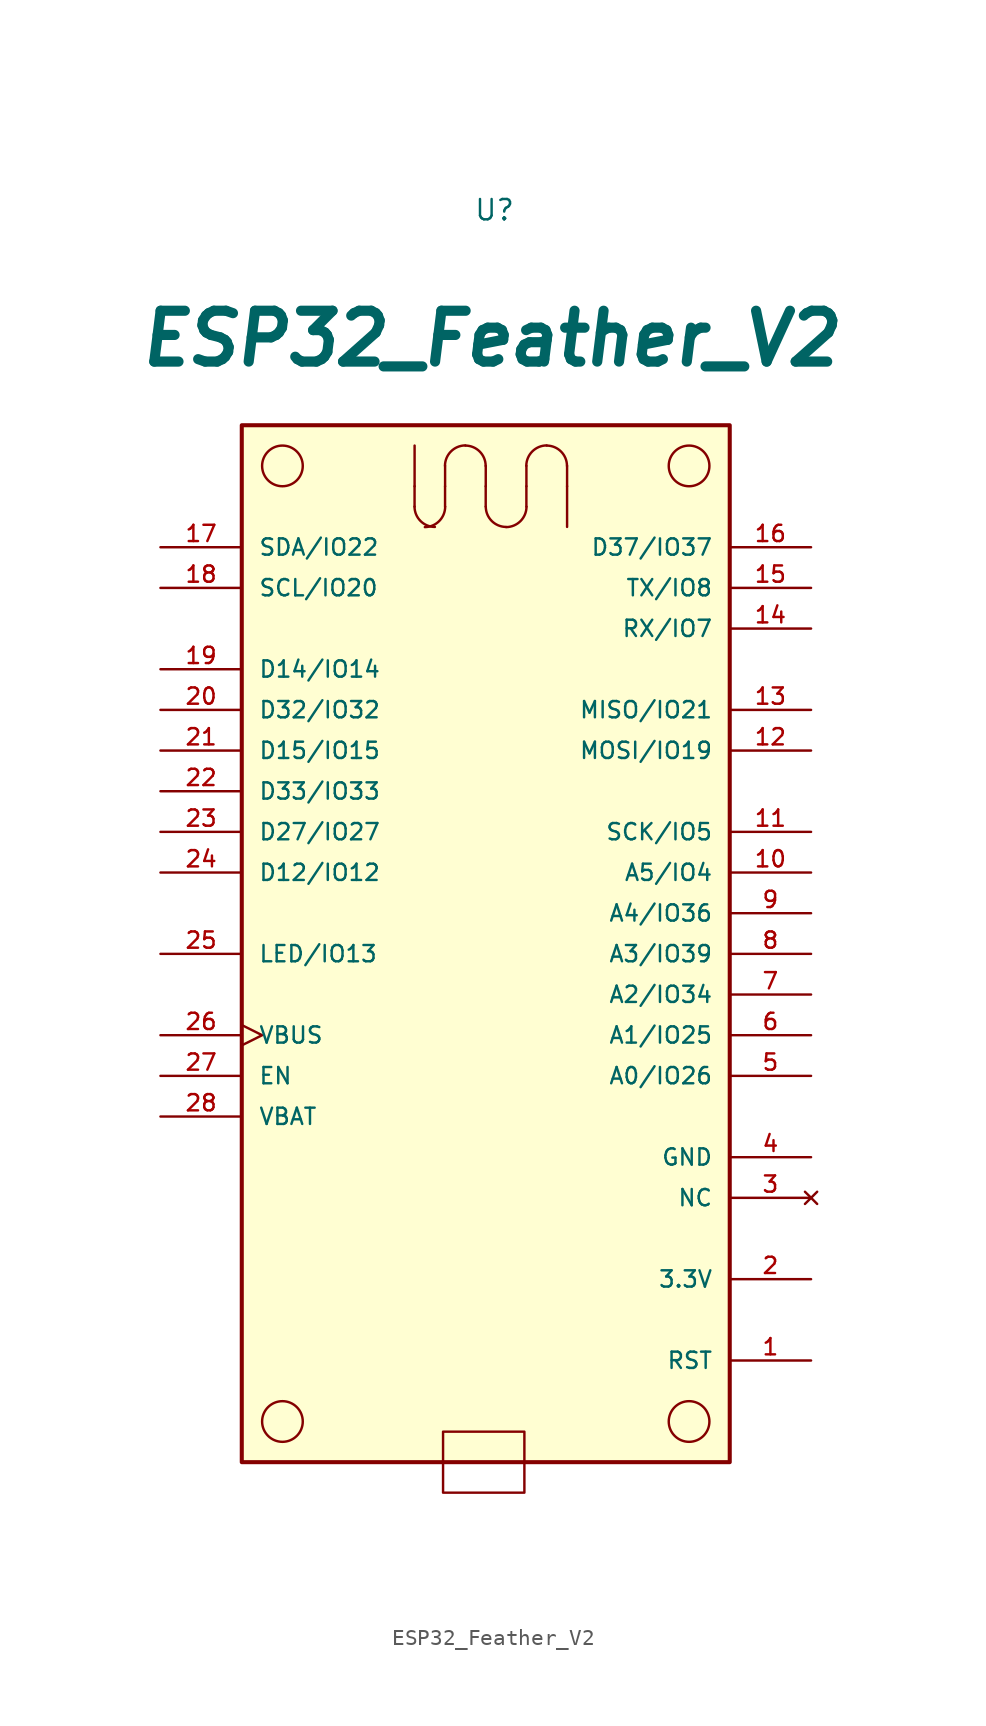
<source format=kicad_sym>
(kicad_symbol_lib
  (version 20241209)
  (generator "kicad_symbol_editor")
  (generator_version "9.0")
  (symbol "ESP32_Feather_V2"
    (pin_names
      (offset 1.016))
    (property "Reference" "U"
      (at -0.762 41.91 0)
      (effects (font (size 1.27 1.27)) (justify left bottom)))
    (property "Value" "ESP32_Feather_V2"
      (at 0.254 32.766 0)
      (effects (font (size 3.175 3.175) (thickness 0.635) (bold yes) (italic yes)) (justify bottom)))
    (symbol "ESP32_Feather_V2_0_1"
      (circle (center -12.7 26.67) (radius 1.27) (stroke (width 0) (type default)) (fill (type none)))
      (circle (center -12.7 -33.02) (radius 1.27) (stroke (width 0) (type default)) (fill (type none)))
      (polyline (pts (xy -4.447 24.128) (xy -4.447 25.398)) (stroke (width 0) (type default)) (fill (type none)))
      (polyline (pts (xy -4.445 25.4) (xy -4.445 27.94)) (stroke (width 0) (type default)) (fill (type none)))
      (arc (start -2.535 24.12) (mid -2.9092 23.2242) (end -3.805 22.85) (stroke (width 0) (type default)) (fill (type none)))
      (arc (start -3.1775 22.8575) (mid -4.0748 23.2302) (end -4.4475 24.1275) (stroke (width 0) (type default)) (fill (type none)))
      (rectangle (start -2.667 -33.655) (end 2.413 -37.465) (stroke (width 0) (type default)) (fill (type none)))
      (polyline (pts (xy -2.542 24.128) (xy -2.542 25.398)) (stroke (width 0) (type default)) (fill (type none)))
      (polyline (pts (xy -2.54 26.67) (xy -2.54 25.4)) (stroke (width 0) (type default)) (fill (type none)))
      (arc (start -1.27 27.94) (mid -0.3727 27.5673) (end 0 26.67) (stroke (width 0) (type default)) (fill (type none)))
      (arc (start -2.5475 26.6775) (mid -2.1733 27.5733) (end -1.2775 27.9475) (stroke (width 0) (type default)) (fill (type none)))
      (polyline (pts (xy -0.003 24.128) (xy -0.003 25.398)) (stroke (width 0) (type default)) (fill (type none)))
      (polyline (pts (xy 0 26.67) (xy 0 25.4)) (stroke (width 0) (type default)) (fill (type none)))
      (arc (start 2.545 24.12) (mid 2.1708 23.2242) (end 1.275 22.85) (stroke (width 0) (type default)) (fill (type none)))
      (arc (start 1.2675 22.8575) (mid 0.3702 23.2302) (end -0.0025 24.1275) (stroke (width 0) (type default)) (fill (type none)))
      (polyline (pts (xy 2.538 24.128) (xy 2.538 25.398)) (stroke (width 0) (type default)) (fill (type none)))
      (polyline (pts (xy 2.54 26.67) (xy 2.54 25.4)) (stroke (width 0) (type default)) (fill (type none)))
      (arc (start 3.81 27.94) (mid 4.7073 27.5673) (end 5.08 26.67) (stroke (width 0) (type default)) (fill (type none)))
      (arc (start 2.5325 26.6775) (mid 2.9067 27.5733) (end 3.8025 27.9475) (stroke (width 0) (type default)) (fill (type none)))
      (polyline (pts (xy 5.08 26.67) (xy 5.08 25.4)) (stroke (width 0) (type default)) (fill (type none)))
      (polyline (pts (xy 5.08 25.4) (xy 5.08 22.86)) (stroke (width 0) (type default)) (fill (type none)))
      (circle (center 12.7 26.67) (radius 1.27) (stroke (width 0) (type default)) (fill (type none)))
      (circle (center 12.7 -33.02) (radius 1.27) (stroke (width 0) (type default)) (fill (type none))))
    (symbol "ESP32_Feather_V2_1_0"
      (rectangle (start -15.24 29.21) (end 15.24 -35.56) (stroke (width 0.254) (type solid)) (fill (type color) (color 255 253 187 0.66)))
      (pin bidirectional line (at -20.32 21.59 0) (length 5.08) (name "SDA/IO22" (effects (font (size 1.016 1.016)))) (number "17" (effects (font (size 1.016 1.016)))))
      (pin bidirectional line (at -20.32 19.05 0) (length 5.08) (name "SCL/IO20" (effects (font (size 1.016 1.016)))) (number "18" (effects (font (size 1.016 1.016)))))
      (pin bidirectional line (at -20.32 13.97 0) (length 5.08) (name "D14/IO14" (effects (font (size 1.016 1.016)))) (number "19" (effects (font (size 1.016 1.016)))))
      (pin bidirectional line (at -20.32 11.43 0) (length 5.08) (name "D32/IO32" (effects (font (size 1.016 1.016)))) (number "20" (effects (font (size 1.016 1.016)))))
      (pin bidirectional line (at -20.32 8.89 0) (length 5.08) (name "D15/IO15" (effects (font (size 1.016 1.016)))) (number "21" (effects (font (size 1.016 1.016)))))
      (pin bidirectional line (at -20.32 6.35 0) (length 5.08) (name "D33/IO33" (effects (font (size 1.016 1.016)))) (number "22" (effects (font (size 1.016 1.016)))))
      (pin bidirectional line (at -20.32 3.81 0) (length 5.08) (name "D27/IO27" (effects (font (size 1.016 1.016)))) (number "23" (effects (font (size 1.016 1.016)))))
      (pin bidirectional line (at -20.32 1.27 0) (length 5.08) (name "D12/IO12" (effects (font (size 1.016 1.016)))) (number "24" (effects (font (size 1.016 1.016)))))
      (pin bidirectional line (at -20.32 -3.81 0) (length 5.08) (name "LED/IO13" (effects (font (size 1.016 1.016)))) (number "25" (effects (font (size 1.016 1.016)))))
      (pin power_in clock (at -20.32 -8.89 0) (length 5.08) (name "VBUS" (effects (font (size 1.016 1.016)))) (number "26" (effects (font (size 1.016 1.016)))))
      (pin power_in line (at -20.32 -11.43 0) (length 5.08) (name "EN" (effects (font (size 1.016 1.016)))) (number "27" (effects (font (size 1.016 1.016)))))
      (pin power_in line (at -20.32 -13.97 0) (length 5.08) (name "VBAT" (effects (font (size 1.016 1.016)))) (number "28" (effects (font (size 1.016 1.016)))))
      (pin bidirectional line (at 20.32 21.59 180) (length 5.08) (name "D37/IO37" (effects (font (size 1.016 1.016)))) (number "16" (effects (font (size 1.016 1.016)))))
      (pin bidirectional line (at 20.32 19.05 180) (length 5.08) (name "TX/IO8" (effects (font (size 1.016 1.016)))) (number "15" (effects (font (size 1.016 1.016)))))
      (pin bidirectional line (at 20.32 16.51 180) (length 5.08) (name "RX/IO7" (effects (font (size 1.016 1.016)))) (number "14" (effects (font (size 1.016 1.016)))))
      (pin bidirectional line (at 20.32 11.43 180) (length 5.08) (name "MISO/IO21" (effects (font (size 1.016 1.016)))) (number "13" (effects (font (size 1.016 1.016)))))
      (pin bidirectional line (at 20.32 8.89 180) (length 5.08) (name "MOSI/IO19" (effects (font (size 1.016 1.016)))) (number "12" (effects (font (size 1.016 1.016)))))
      (pin bidirectional line (at 20.32 3.81 180) (length 5.08) (name "SCK/IO5" (effects (font (size 1.016 1.016)))) (number "11" (effects (font (size 1.016 1.016)))))
      (pin bidirectional line (at 20.32 1.27 180) (length 5.08) (name "A5/IO4" (effects (font (size 1.016 1.016)))) (number "10" (effects (font (size 1.016 1.016)))))
      (pin bidirectional line (at 20.32 -1.27 180) (length 5.08) (name "A4/IO36" (effects (font (size 1.016 1.016)))) (number "9" (effects (font (size 1.016 1.016)))))
      (pin bidirectional line (at 20.32 -3.81 180) (length 5.08) (name "A3/IO39" (effects (font (size 1.016 1.016)))) (number "8" (effects (font (size 1.016 1.016)))))
      (pin bidirectional line (at 20.32 -6.35 180) (length 5.08) (name "A2/IO34" (effects (font (size 1.016 1.016)))) (number "7" (effects (font (size 1.016 1.016)))))
      (pin bidirectional line (at 20.32 -8.89 180) (length 5.08) (name "A1/IO25" (effects (font (size 1.016 1.016)))) (number "6" (effects (font (size 1.016 1.016)))))
      (pin bidirectional line (at 20.32 -11.43 180) (length 5.08) (name "A0/IO26" (effects (font (size 1.016 1.016)))) (number "5" (effects (font (size 1.016 1.016)))))
      (pin power_in line (at 20.32 -16.51 180) (length 5.08) (name "GND" (effects (font (size 1.016 1.016)))) (number "4" (effects (font (size 1.016 1.016)))))
      (pin no_connect line (at 20.32 -19.05 180) (length 5.08) (name "NC" (effects (font (size 1.016 1.016)))) (number "3" (effects (font (size 1.016 1.016)))))
      (pin power_in line (at 20.32 -24.13 180) (length 5.08) (name "3.3V" (effects (font (size 1.016 1.016)))) (number "2" (effects (font (size 1.016 1.016)))))
      (pin power_in line (at 20.32 -29.21 180) (length 5.08) (name "RST" (effects (font (size 1.016 1.016)))) (number "1" (effects (font (size 1.016 1.016))))))))
</source>
